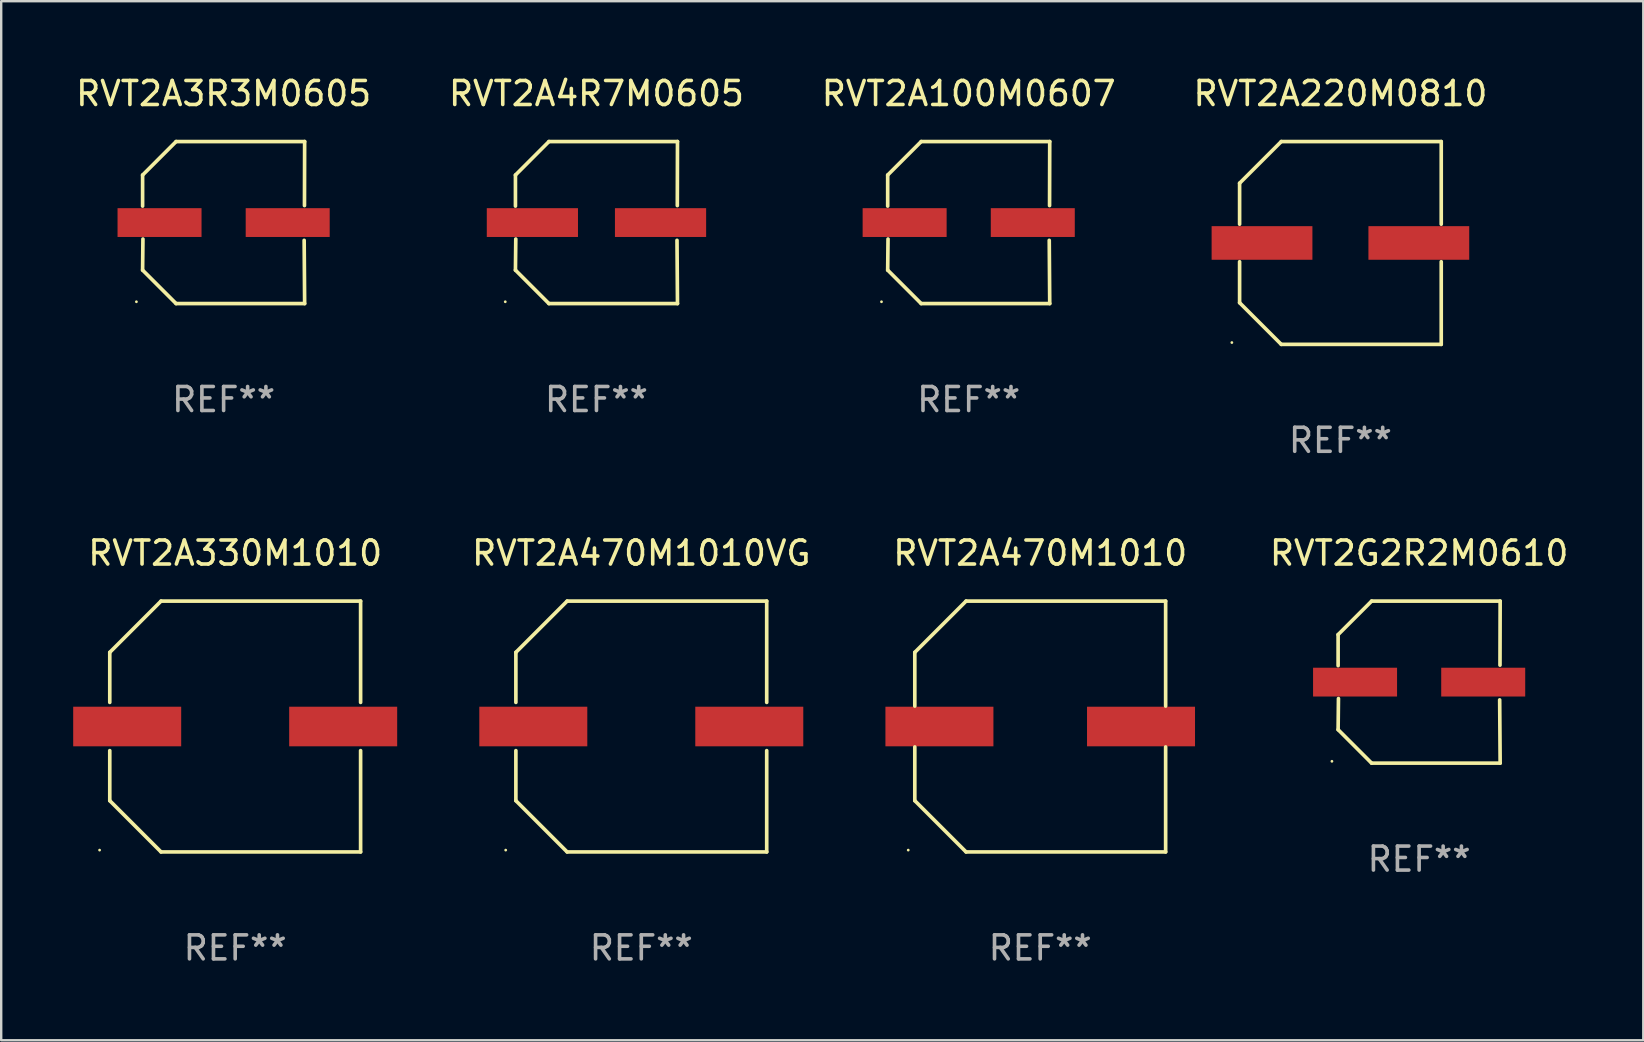
<source format=kicad_pcb>
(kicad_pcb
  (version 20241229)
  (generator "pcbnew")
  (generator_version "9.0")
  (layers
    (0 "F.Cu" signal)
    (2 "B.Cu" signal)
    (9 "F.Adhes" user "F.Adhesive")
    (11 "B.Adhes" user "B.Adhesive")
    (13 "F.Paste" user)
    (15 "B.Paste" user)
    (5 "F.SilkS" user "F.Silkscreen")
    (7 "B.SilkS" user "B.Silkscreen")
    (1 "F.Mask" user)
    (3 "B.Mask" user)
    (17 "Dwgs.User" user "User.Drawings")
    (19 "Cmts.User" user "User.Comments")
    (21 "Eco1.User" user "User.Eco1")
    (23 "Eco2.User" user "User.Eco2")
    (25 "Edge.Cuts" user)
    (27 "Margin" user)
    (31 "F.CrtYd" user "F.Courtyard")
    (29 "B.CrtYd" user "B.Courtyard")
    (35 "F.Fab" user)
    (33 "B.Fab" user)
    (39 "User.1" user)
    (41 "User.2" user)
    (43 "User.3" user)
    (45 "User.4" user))
  (footprint "RVT2A3R3M0605"
    (layer "F.Cu")
    (at 6.268 6.224)
    (property "Reference" "RVT2A3R3M0605" (at 0 -5.376 0) (layer "F.SilkS") (effects (font (size 1 1) (thickness 0.15))))
    (attr through_hole)
    (fp_line (start -3.376 -1.98) (end -3.376 -0.686) (stroke (width 0.152) (type solid)) (layer "F.SilkS"))
    (fp_line (start -3.376 1.981) (end -3.362 0.686) (stroke (width 0.152) (type solid)) (layer "F.SilkS"))
    (fp_line (start -1.981 3.376) (end -3.376 1.981) (stroke (width 0.152) (type solid)) (layer "F.SilkS"))
    (fp_line (start -1.98 -3.376) (end -3.376 -1.98) (stroke (width 0.152) (type solid)) (layer "F.SilkS"))
    (fp_line (start 3.356 0.74) (end 3.376 3.376) (stroke (width 0.152) (type solid)) (layer "F.SilkS"))
    (fp_line (start 3.369 -0.707) (end 3.376 -3.376) (stroke (width 0.152) (type solid)) (layer "F.SilkS"))
    (fp_line (start 3.376 3.376) (end -1.981 3.376) (stroke (width 0.152) (type solid)) (layer "F.SilkS"))
    (fp_line (start 3.376 -3.376) (end -1.98 -3.376) (stroke (width 0.152) (type solid)) (layer "F.SilkS"))
    (fp_circle (center -3.634 3.3) (end -3.604 3.3) (stroke (width 0.06) (type solid)) (fill no) (layer "F.SilkS"))
    (fp_text user "REF**" (at 0 7.376 0) (layer "F.Fab") (effects (font (size 1 1) (thickness 0.15))))
    (pad "1" smd rect (at -2.67 0.000254) (size 3.5 1.2) (layers "F.Cu" "F.Mask" "F.Paste"))
    (pad "2" smd rect (at 2.67 0.000254) (size 3.5 1.2) (layers "F.Cu" "F.Mask" "F.Paste")))
  (footprint "RVT2G2R2M0610"
    (layer "F.Cu")
    (at 56.084 25.373)
    (property "Reference" "RVT2G2R2M0610" (at 0 -5.376 0) (layer "F.SilkS") (effects (font (size 1 1) (thickness 0.15))))
    (attr through_hole)
    (fp_line (start -3.376 -1.98) (end -3.376 -0.686) (stroke (width 0.152) (type solid)) (layer "F.SilkS"))
    (fp_line (start -3.376 1.981) (end -3.362 0.686) (stroke (width 0.152) (type solid)) (layer "F.SilkS"))
    (fp_line (start -1.981 3.376) (end -3.376 1.981) (stroke (width 0.152) (type solid)) (layer "F.SilkS"))
    (fp_line (start -1.98 -3.376) (end -3.376 -1.98) (stroke (width 0.152) (type solid)) (layer "F.SilkS"))
    (fp_line (start 3.356 0.74) (end 3.376 3.376) (stroke (width 0.152) (type solid)) (layer "F.SilkS"))
    (fp_line (start 3.369 -0.707) (end 3.376 -3.376) (stroke (width 0.152) (type solid)) (layer "F.SilkS"))
    (fp_line (start 3.376 3.376) (end -1.981 3.376) (stroke (width 0.152) (type solid)) (layer "F.SilkS"))
    (fp_line (start 3.376 -3.376) (end -1.98 -3.376) (stroke (width 0.152) (type solid)) (layer "F.SilkS"))
    (fp_circle (center -3.634 3.3) (end -3.604 3.3) (stroke (width 0.06) (type solid)) (fill no) (layer "F.SilkS"))
    (fp_text user "REF**" (at 0 7.376 0) (layer "F.Fab") (effects (font (size 1 1) (thickness 0.15))))
    (pad "1" smd rect (at -2.67 0.000254) (size 3.5 1.2) (layers "F.Cu" "F.Mask" "F.Paste"))
    (pad "2" smd rect (at 2.67 0.000254) (size 3.5 1.2) (layers "F.Cu" "F.Mask" "F.Paste")))
  (footprint "RVT2A4R7M0605"
    (layer "F.Cu")
    (at 21.804 6.224)
    (property "Reference" "RVT2A4R7M0605" (at 0 -5.376 0) (layer "F.SilkS") (effects (font (size 1 1) (thickness 0.15))))
    (attr through_hole)
    (fp_line (start -3.376 -1.98) (end -3.376 -0.686) (stroke (width 0.152) (type solid)) (layer "F.SilkS"))
    (fp_line (start -3.376 1.981) (end -3.362 0.686) (stroke (width 0.152) (type solid)) (layer "F.SilkS"))
    (fp_line (start -1.981 3.376) (end -3.376 1.981) (stroke (width 0.152) (type solid)) (layer "F.SilkS"))
    (fp_line (start -1.98 -3.376) (end -3.376 -1.98) (stroke (width 0.152) (type solid)) (layer "F.SilkS"))
    (fp_line (start 3.356 0.74) (end 3.376 3.376) (stroke (width 0.152) (type solid)) (layer "F.SilkS"))
    (fp_line (start 3.369 -0.707) (end 3.376 -3.376) (stroke (width 0.152) (type solid)) (layer "F.SilkS"))
    (fp_line (start 3.376 3.376) (end -1.981 3.376) (stroke (width 0.152) (type solid)) (layer "F.SilkS"))
    (fp_line (start 3.376 -3.376) (end -1.98 -3.376) (stroke (width 0.152) (type solid)) (layer "F.SilkS"))
    (fp_circle (center -3.8 3.3) (end -3.77 3.3) (stroke (width 0.06) (type solid)) (fill no) (layer "F.SilkS"))
    (fp_text user "REF**" (at 0 7.376 0) (layer "F.Fab") (effects (font (size 1 1) (thickness 0.15))))
    (pad "1" smd rect (at -2.67 0.000254) (size 3.8 1.2) (layers "F.Cu" "F.Mask" "F.Paste"))
    (pad "2" smd rect (at 2.67 0.000254) (size 3.8 1.2) (layers "F.Cu" "F.Mask" "F.Paste")))
  (footprint "RVT2A100M0607"
    (layer "F.Cu")
    (at 37.315 6.224)
    (property "Reference" "RVT2A100M0607" (at 0 -5.376 0) (layer "F.SilkS") (effects (font (size 1 1) (thickness 0.15))))
    (attr through_hole)
    (fp_line (start -3.376 -1.98) (end -3.376 -0.686) (stroke (width 0.152) (type solid)) (layer "F.SilkS"))
    (fp_line (start -3.376 1.981) (end -3.362 0.686) (stroke (width 0.152) (type solid)) (layer "F.SilkS"))
    (fp_line (start -1.981 3.376) (end -3.376 1.981) (stroke (width 0.152) (type solid)) (layer "F.SilkS"))
    (fp_line (start -1.98 -3.376) (end -3.376 -1.98) (stroke (width 0.152) (type solid)) (layer "F.SilkS"))
    (fp_line (start 3.356 0.74) (end 3.376 3.376) (stroke (width 0.152) (type solid)) (layer "F.SilkS"))
    (fp_line (start 3.369 -0.707) (end 3.376 -3.376) (stroke (width 0.152) (type solid)) (layer "F.SilkS"))
    (fp_line (start 3.376 3.376) (end -1.981 3.376) (stroke (width 0.152) (type solid)) (layer "F.SilkS"))
    (fp_line (start 3.376 -3.376) (end -1.98 -3.376) (stroke (width 0.152) (type solid)) (layer "F.SilkS"))
    (fp_circle (center -3.634 3.3) (end -3.604 3.3) (stroke (width 0.06) (type solid)) (fill no) (layer "F.SilkS"))
    (fp_text user "REF**" (at 0 7.376 0) (layer "F.Fab") (effects (font (size 1 1) (thickness 0.15))))
    (pad "1" smd rect (at -2.67 0.000254) (size 3.5 1.2) (layers "F.Cu" "F.Mask" "F.Paste"))
    (pad "2" smd rect (at 2.67 0.000254) (size 3.5 1.2) (layers "F.Cu" "F.Mask" "F.Paste")))
  (footprint "RVT2A470M1010VG"
    (layer "F.Cu")
    (at 23.672 27.223)
    (property "Reference" "RVT2A470M1010VG" (at 0 -7.226 0) (layer "F.SilkS") (effects (font (size 1 1) (thickness 0.15))))
    (attr through_hole)
    (fp_line (start -5.226 -3.09) (end -5.226 -1.005) (stroke (width 0.152) (type solid)) (layer "F.SilkS"))
    (fp_line (start -5.226 1.005) (end -5.226 3.09) (stroke (width 0.152) (type solid)) (layer "F.SilkS"))
    (fp_line (start -3.09 -5.226) (end -5.226 -3.09) (stroke (width 0.152) (type solid)) (layer "F.SilkS"))
    (fp_line (start -3.09 5.226) (end -5.226 3.09) (stroke (width 0.152) (type solid)) (layer "F.SilkS"))
    (fp_line (start 5.226 -5.226) (end -3.09 -5.226) (stroke (width 0.152) (type solid)) (layer "F.SilkS"))
    (fp_line (start 5.226 -1.005) (end 5.226 -5.226) (stroke (width 0.152) (type solid)) (layer "F.SilkS"))
    (fp_line (start 5.226 5.226) (end -3.09 5.226) (stroke (width 0.152) (type solid)) (layer "F.SilkS"))
    (fp_line (start 5.226 5.226) (end 5.226 1.005) (stroke (width 0.152) (type solid)) (layer "F.SilkS"))
    (fp_circle (center -5.65 5.15) (end -5.62 5.15) (stroke (width 0.06) (type solid)) (fill no) (layer "F.SilkS"))
    (fp_text user "REF**" (at 0 9.226 0) (layer "F.Fab") (effects (font (size 1 1) (thickness 0.15))))
    (pad "1" smd rect (at -4.5 0) (size 4.5 1.65) (layers "F.Cu" "F.Mask" "F.Paste"))
    (pad "2" smd rect (at 4.5 0) (size 4.5 1.65) (layers "F.Cu" "F.Mask" "F.Paste")))
  (footprint "RVT2A220M0810"
    (layer "F.Cu")
    (at 52.804 7.074)
    (property "Reference" "RVT2A220M0810" (at 0 -6.226 0) (layer "F.SilkS") (effects (font (size 1 1) (thickness 0.15))))
    (attr through_hole)
    (fp_line (start -4.201 -2.49) (end -4.201 -0.782) (stroke (width 0.152) (type solid)) (layer "F.SilkS"))
    (fp_line (start -4.201 2.49) (end -4.201 0.782) (stroke (width 0.152) (type solid)) (layer "F.SilkS"))
    (fp_line (start -2.465 -4.226) (end -4.201 -2.49) (stroke (width 0.152) (type solid)) (layer "F.SilkS"))
    (fp_line (start -2.465 4.226) (end -4.201 2.49) (stroke (width 0.152) (type solid)) (layer "F.SilkS"))
    (fp_line (start 4.201 -4.226) (end -2.465 -4.226) (stroke (width 0.152) (type solid)) (layer "F.SilkS"))
    (fp_line (start 4.201 -0.782) (end 4.201 -4.226) (stroke (width 0.152) (type solid)) (layer "F.SilkS"))
    (fp_line (start 4.201 0.782) (end 4.201 4.226) (stroke (width 0.152) (type solid)) (layer "F.SilkS"))
    (fp_line (start 4.201 4.226) (end -2.465 4.226) (stroke (width 0.152) (type solid)) (layer "F.SilkS"))
    (fp_circle (center -4.524 4.15) (end -4.494 4.15) (stroke (width 0.06) (type solid)) (fill no) (layer "F.SilkS"))
    (fp_text user "REF**" (at 0 8.226 0) (layer "F.Fab") (effects (font (size 1 1) (thickness 0.15))))
    (pad "1" smd rect (at -3.267 0) (size 4.2 1.4) (layers "F.Cu" "F.Mask" "F.Paste"))
    (pad "2" smd rect (at 3.267 0) (size 4.2 1.4) (layers "F.Cu" "F.Mask" "F.Paste")))
  (footprint "RVT2A330M1010"
    (layer "F.Cu")
    (at 6.75 27.223)
    (property "Reference" "RVT2A330M1010" (at 0 -7.226 0) (layer "F.SilkS") (effects (font (size 1 1) (thickness 0.15))))
    (attr through_hole)
    (fp_line (start -5.226 -3.09) (end -5.226 -1.005) (stroke (width 0.152) (type solid)) (layer "F.SilkS"))
    (fp_line (start -5.226 1.005) (end -5.226 3.09) (stroke (width 0.152) (type solid)) (layer "F.SilkS"))
    (fp_line (start -3.09 -5.226) (end -5.226 -3.09) (stroke (width 0.152) (type solid)) (layer "F.SilkS"))
    (fp_line (start -3.09 5.226) (end -5.226 3.09) (stroke (width 0.152) (type solid)) (layer "F.SilkS"))
    (fp_line (start 5.226 -5.226) (end -3.09 -5.226) (stroke (width 0.152) (type solid)) (layer "F.SilkS"))
    (fp_line (start 5.226 -1.005) (end 5.226 -5.226) (stroke (width 0.152) (type solid)) (layer "F.SilkS"))
    (fp_line (start 5.226 5.226) (end -3.09 5.226) (stroke (width 0.152) (type solid)) (layer "F.SilkS"))
    (fp_line (start 5.226 5.226) (end 5.226 1.005) (stroke (width 0.152) (type solid)) (layer "F.SilkS"))
    (fp_circle (center -5.65 5.15) (end -5.62 5.15) (stroke (width 0.06) (type solid)) (fill no) (layer "F.SilkS"))
    (fp_text user "REF**" (at 0 9.226 0) (layer "F.Fab") (effects (font (size 1 1) (thickness 0.15))))
    (pad "1" smd rect (at -4.5 0) (size 4.5 1.65) (layers "F.Cu" "F.Mask" "F.Paste"))
    (pad "2" smd rect (at 4.5 0) (size 4.5 1.65) (layers "F.Cu" "F.Mask" "F.Paste")))
  (footprint "RVT2A470M1010"
    (layer "F.Cu")
    (at 40.295 27.223)
    (property "Reference" "RVT2A470M1010" (at 0 -7.226 0) (layer "F.SilkS") (effects (font (size 1 1) (thickness 0.15))))
    (attr through_hole)
    (fp_line (start -5.226 -3.09) (end -5.226 -0.852) (stroke (width 0.152) (type solid)) (layer "F.SilkS"))
    (fp_line (start -5.226 3.09) (end -5.226 0.852) (stroke (width 0.152) (type solid)) (layer "F.SilkS"))
    (fp_line (start -3.09 -5.226) (end -5.226 -3.09) (stroke (width 0.152) (type solid)) (layer "F.SilkS"))
    (fp_line (start -3.09 5.226) (end -5.226 3.09) (stroke (width 0.152) (type solid)) (layer "F.SilkS"))
    (fp_line (start 5.226 -5.226) (end -3.09 -5.226) (stroke (width 0.152) (type solid)) (layer "F.SilkS"))
    (fp_line (start 5.226 -0.852) (end 5.226 -5.226) (stroke (width 0.152) (type solid)) (layer "F.SilkS"))
    (fp_line (start 5.226 0.852) (end 5.226 5.226) (stroke (width 0.152) (type solid)) (layer "F.SilkS"))
    (fp_line (start 5.226 5.226) (end -3.09 5.226) (stroke (width 0.152) (type solid)) (layer "F.SilkS"))
    (fp_circle (center -5.5 5.15) (end -5.47 5.15) (stroke (width 0.06) (type solid)) (fill no) (layer "F.SilkS"))
    (fp_text user "REF**" (at 0 9.226 0) (layer "F.Fab") (effects (font (size 1 1) (thickness 0.15))))
    (pad "1" smd rect (at -4.2 0.000127) (size 4.5 1.65) (layers "F.Cu" "F.Mask" "F.Paste"))
    (pad "2" smd rect (at 4.2 0.000127) (size 4.5 1.65) (layers "F.Cu" "F.Mask" "F.Paste")))
  (gr_rect
    (start -3 -3)
    (end 65.424 40.298)
    (stroke (width 0.1) (type default))
    (fill no)
    (layer "Edge.Cuts")))
</source>
